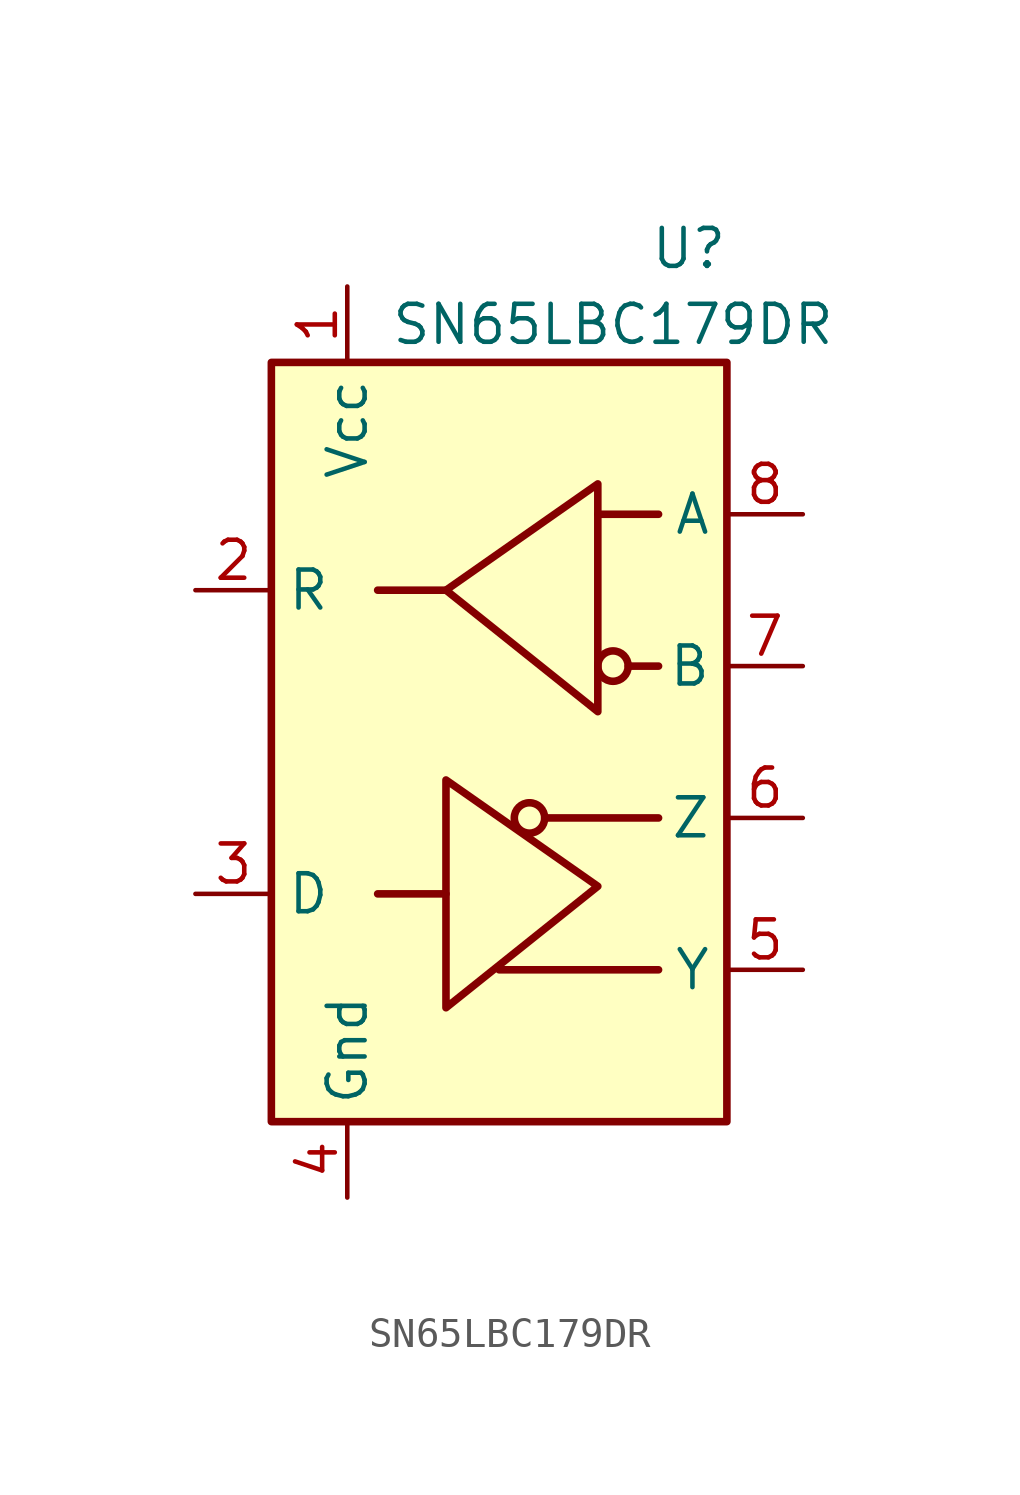
<source format=kicad_sym>
(kicad_symbol_lib
  (version 20241209)
  (generator "kicad_symbol_editor")
  (generator_version "9.0")
  (symbol "SN65LBC179DR"
    (property "Reference" "U"
      (at 6.35 16.51 0)
      (effects (font (size 1.27 1.27))))
    (property "Value" "SN65LBC179DR"
      (at 3.81 13.97 0)
      (effects (font (size 1.27 1.27))))
    (symbol "SN65LBC179DR_0_1"
      (rectangle (start -7.62 12.7) (end 7.62 -12.7) (stroke (width 0.254) (type default)) (fill (type background)))
      (polyline (pts (xy -1.778 5.08) (xy -4.064 5.08)) (stroke (width 0.254) (type default)) (fill (type none)))
      (polyline (pts (xy -1.778 -5.08) (xy -4.064 -5.08)) (stroke (width 0.254) (type default)) (fill (type none)))
      (polyline (pts (xy -1.778 -5.08) (xy -1.778 -1.27) (xy 3.302 -4.826) (xy -1.778 -8.89) (xy -1.778 -5.08)) (stroke (width 0.254) (type default)) (fill (type none)))
      (polyline (pts (xy 0 -7.62) (xy 5.334 -7.62)) (stroke (width 0.254) (type default)) (fill (type none)))
      (circle (center 1.016 -2.54) (radius 0.508) (stroke (width 0.254) (type default)) (fill (type none)))
      (polyline (pts (xy 1.524 -2.54) (xy 5.334 -2.54)) (stroke (width 0.254) (type default)) (fill (type none)))
      (polyline (pts (xy 3.302 7.62) (xy 5.334 7.62)) (stroke (width 0.254) (type default)) (fill (type none)))
      (polyline (pts (xy 4.318 2.54) (xy 5.334 2.54)) (stroke (width 0.254) (type default)) (fill (type none))))
    (symbol "SN65LBC179DR_1_1"
      (polyline (pts (xy 3.302 4.826) (xy 3.302 8.636) (xy -1.778 5.08) (xy 3.302 1.016) (xy 3.302 4.826)) (stroke (width 0.254) (type default)) (fill (type none)))
      (circle (center 3.81 2.54) (radius 0.508) (stroke (width 0.254) (type default)) (fill (type none)))
      (pin output line (at -10.16 5.08 0) (length 2.54) (name "R" (effects (font (size 1.27 1.27)))) (number "2" (effects (font (size 1.27 1.27)))))
      (pin input line (at -10.16 -5.08 0) (length 2.54) (name "D" (effects (font (size 1.27 1.27)))) (number "3" (effects (font (size 1.27 1.27)))))
      (pin power_in line (at -5.08 15.24 270) (length 2.54) (name "Vcc" (effects (font (size 1.27 1.27)))) (number "1" (effects (font (size 1.27 1.27)))))
      (pin power_in line (at -5.08 -15.24 90) (length 2.54) (name "Gnd" (effects (font (size 1.27 1.27)))) (number "4" (effects (font (size 1.27 1.27)))))
      (pin input line (at 10.16 7.62 180) (length 2.54) (name "A" (effects (font (size 1.27 1.27)))) (number "8" (effects (font (size 1.27 1.27)))))
      (pin input line (at 10.16 2.54 180) (length 2.54) (name "B" (effects (font (size 1.27 1.27)))) (number "7" (effects (font (size 1.27 1.27)))))
      (pin output line (at 10.16 -2.54 180) (length 2.54) (name "Z" (effects (font (size 1.27 1.27)))) (number "6" (effects (font (size 1.27 1.27)))))
      (pin output line (at 10.16 -7.62 180) (length 2.54) (name "Y" (effects (font (size 1.27 1.27)))) (number "5" (effects (font (size 1.27 1.27))))))))
</source>
